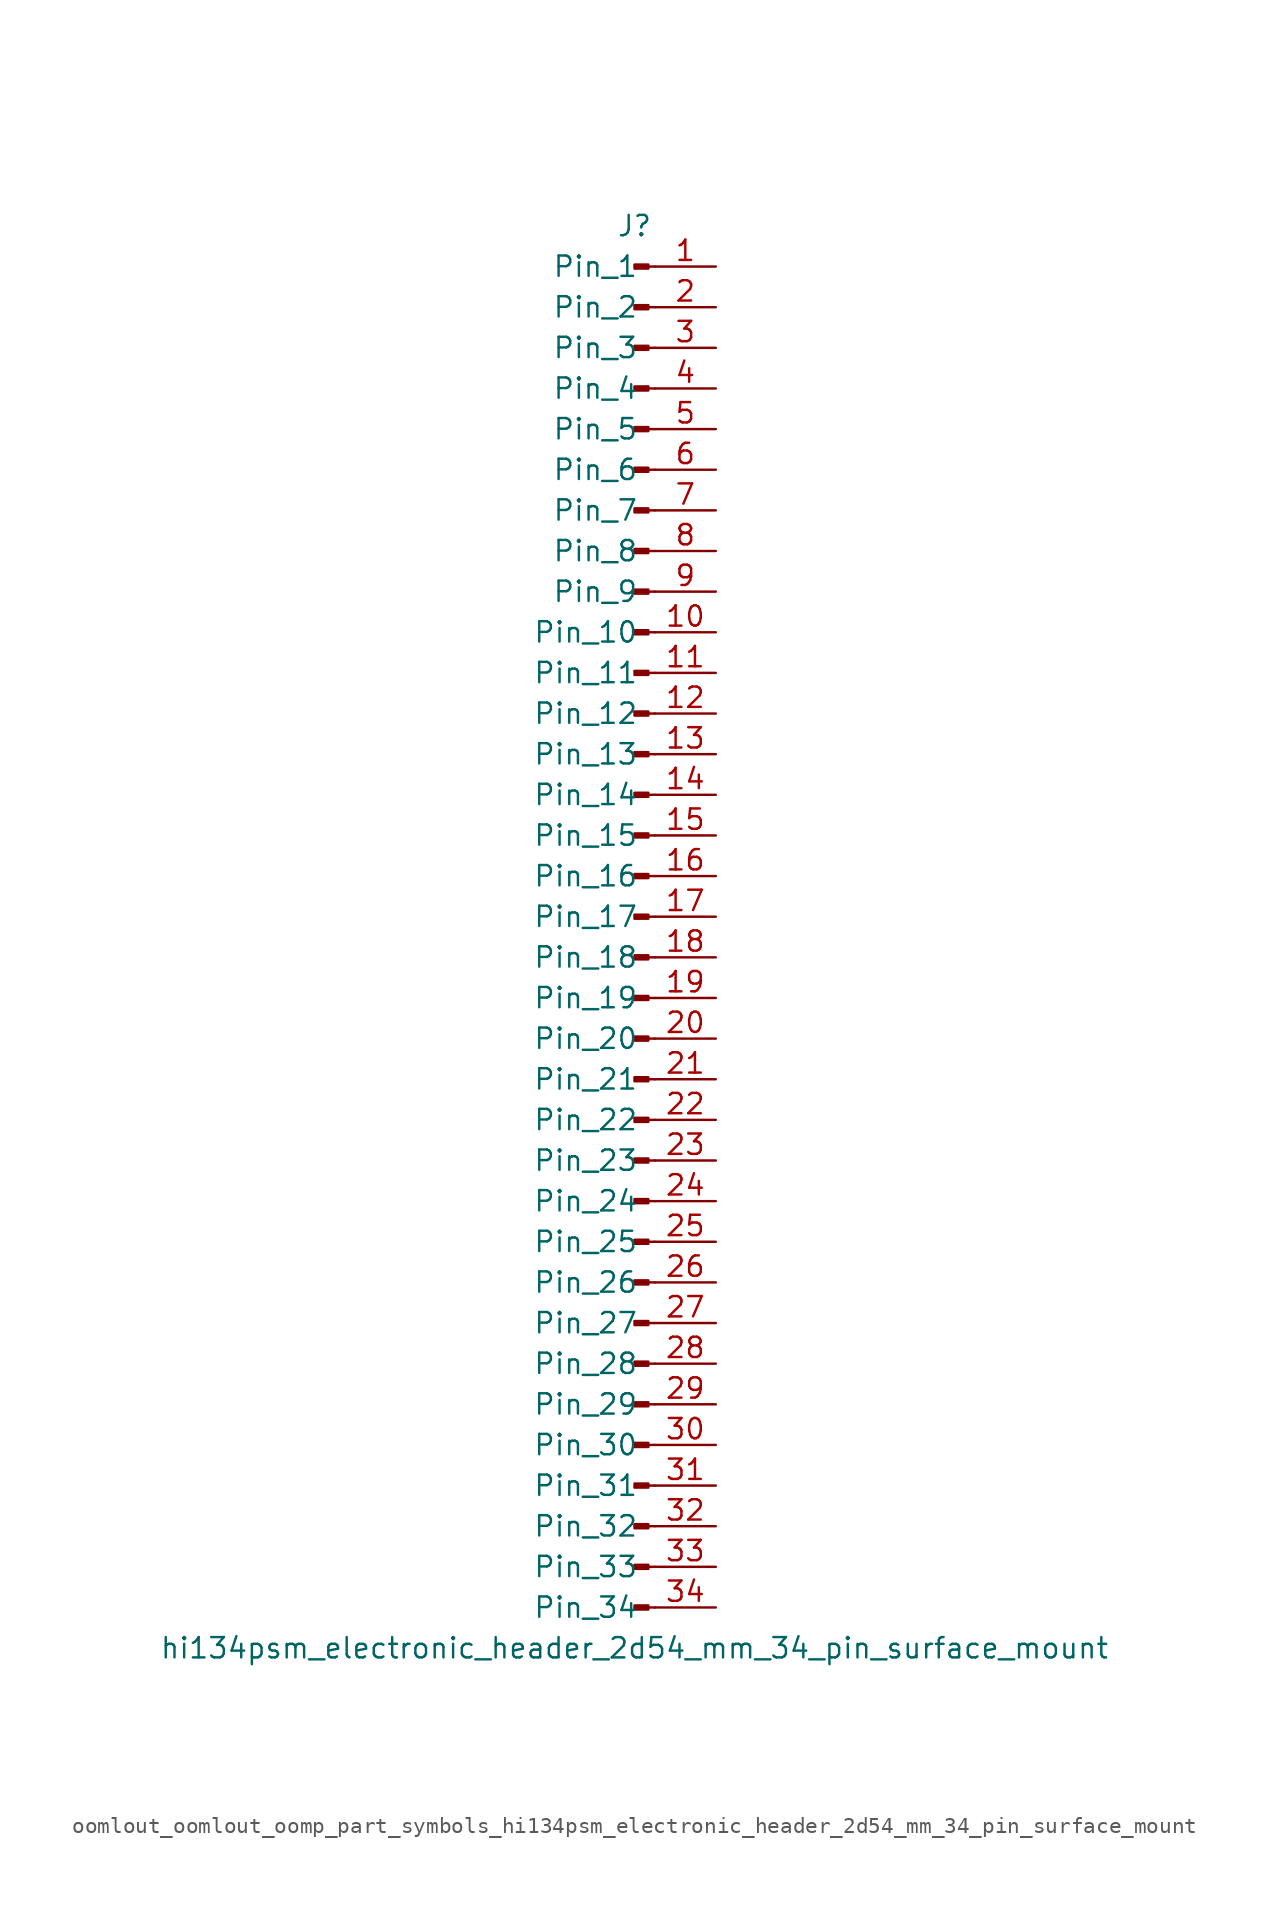
<source format=kicad_sym>
(kicad_symbol_lib
  (version 20220914)
  (generator kicad_symbol_editor)
  (symbol "oomlout_oomlout_oomp_part_symbols_hi134psm_electronic_header_2d54_mm_34_pin_surface_mount"
    (pin_names
      (offset 1.016))
    (property "Reference" "J"
      (at 0 43.18 0)
      (effects (font (size 1.27 1.27))))
    (property "Value" "hi134psm_electronic_header_2d54_mm_34_pin_surface_mount"
      (at 0 -45.72 0)
      (effects (font (size 1.27 1.27))))
    (property "ki_locked" ""
      (at 0 0 0)
      (effects (font (size 1.27 1.27))))
    (symbol "oomlout_oomlout_oomp_part_symbols_hi134psm_electronic_header_2d54_mm_34_pin_surface_mount_1_1"
      (polyline (pts (xy 1.27 -43.18) (xy 0.864 -43.18)) (stroke (width 0.152) (type default)) (fill (type none)))
      (polyline (pts (xy 1.27 -40.64) (xy 0.864 -40.64)) (stroke (width 0.152) (type default)) (fill (type none)))
      (polyline (pts (xy 1.27 -38.1) (xy 0.864 -38.1)) (stroke (width 0.152) (type default)) (fill (type none)))
      (polyline (pts (xy 1.27 -35.56) (xy 0.864 -35.56)) (stroke (width 0.152) (type default)) (fill (type none)))
      (polyline (pts (xy 1.27 -33.02) (xy 0.864 -33.02)) (stroke (width 0.152) (type default)) (fill (type none)))
      (polyline (pts (xy 1.27 -30.48) (xy 0.864 -30.48)) (stroke (width 0.152) (type default)) (fill (type none)))
      (polyline (pts (xy 1.27 -27.94) (xy 0.864 -27.94)) (stroke (width 0.152) (type default)) (fill (type none)))
      (polyline (pts (xy 1.27 -25.4) (xy 0.864 -25.4)) (stroke (width 0.152) (type default)) (fill (type none)))
      (polyline (pts (xy 1.27 -22.86) (xy 0.864 -22.86)) (stroke (width 0.152) (type default)) (fill (type none)))
      (polyline (pts (xy 1.27 -20.32) (xy 0.864 -20.32)) (stroke (width 0.152) (type default)) (fill (type none)))
      (polyline (pts (xy 1.27 -17.78) (xy 0.864 -17.78)) (stroke (width 0.152) (type default)) (fill (type none)))
      (polyline (pts (xy 1.27 -15.24) (xy 0.864 -15.24)) (stroke (width 0.152) (type default)) (fill (type none)))
      (polyline (pts (xy 1.27 -12.7) (xy 0.864 -12.7)) (stroke (width 0.152) (type default)) (fill (type none)))
      (polyline (pts (xy 1.27 -10.16) (xy 0.864 -10.16)) (stroke (width 0.152) (type default)) (fill (type none)))
      (polyline (pts (xy 1.27 -7.62) (xy 0.864 -7.62)) (stroke (width 0.152) (type default)) (fill (type none)))
      (polyline (pts (xy 1.27 -5.08) (xy 0.864 -5.08)) (stroke (width 0.152) (type default)) (fill (type none)))
      (polyline (pts (xy 1.27 -2.54) (xy 0.864 -2.54)) (stroke (width 0.152) (type default)) (fill (type none)))
      (polyline (pts (xy 1.27 0) (xy 0.864 0)) (stroke (width 0.152) (type default)) (fill (type none)))
      (polyline (pts (xy 1.27 2.54) (xy 0.864 2.54)) (stroke (width 0.152) (type default)) (fill (type none)))
      (polyline (pts (xy 1.27 5.08) (xy 0.864 5.08)) (stroke (width 0.152) (type default)) (fill (type none)))
      (polyline (pts (xy 1.27 7.62) (xy 0.864 7.62)) (stroke (width 0.152) (type default)) (fill (type none)))
      (polyline (pts (xy 1.27 10.16) (xy 0.864 10.16)) (stroke (width 0.152) (type default)) (fill (type none)))
      (polyline (pts (xy 1.27 12.7) (xy 0.864 12.7)) (stroke (width 0.152) (type default)) (fill (type none)))
      (polyline (pts (xy 1.27 15.24) (xy 0.864 15.24)) (stroke (width 0.152) (type default)) (fill (type none)))
      (polyline (pts (xy 1.27 17.78) (xy 0.864 17.78)) (stroke (width 0.152) (type default)) (fill (type none)))
      (polyline (pts (xy 1.27 20.32) (xy 0.864 20.32)) (stroke (width 0.152) (type default)) (fill (type none)))
      (polyline (pts (xy 1.27 22.86) (xy 0.864 22.86)) (stroke (width 0.152) (type default)) (fill (type none)))
      (polyline (pts (xy 1.27 25.4) (xy 0.864 25.4)) (stroke (width 0.152) (type default)) (fill (type none)))
      (polyline (pts (xy 1.27 27.94) (xy 0.864 27.94)) (stroke (width 0.152) (type default)) (fill (type none)))
      (polyline (pts (xy 1.27 30.48) (xy 0.864 30.48)) (stroke (width 0.152) (type default)) (fill (type none)))
      (polyline (pts (xy 1.27 33.02) (xy 0.864 33.02)) (stroke (width 0.152) (type default)) (fill (type none)))
      (polyline (pts (xy 1.27 35.56) (xy 0.864 35.56)) (stroke (width 0.152) (type default)) (fill (type none)))
      (polyline (pts (xy 1.27 38.1) (xy 0.864 38.1)) (stroke (width 0.152) (type default)) (fill (type none)))
      (polyline (pts (xy 1.27 40.64) (xy 0.864 40.64)) (stroke (width 0.152) (type default)) (fill (type none)))
      (rectangle (start 0.864 -43.053) (end 0 -43.307) (stroke (width 0.152) (type default)) (fill (type outline)))
      (rectangle (start 0.864 -40.513) (end 0 -40.767) (stroke (width 0.152) (type default)) (fill (type outline)))
      (rectangle (start 0.864 -37.973) (end 0 -38.227) (stroke (width 0.152) (type default)) (fill (type outline)))
      (rectangle (start 0.864 -35.433) (end 0 -35.687) (stroke (width 0.152) (type default)) (fill (type outline)))
      (rectangle (start 0.864 -32.893) (end 0 -33.147) (stroke (width 0.152) (type default)) (fill (type outline)))
      (rectangle (start 0.864 -30.353) (end 0 -30.607) (stroke (width 0.152) (type default)) (fill (type outline)))
      (rectangle (start 0.864 -27.813) (end 0 -28.067) (stroke (width 0.152) (type default)) (fill (type outline)))
      (rectangle (start 0.864 -25.273) (end 0 -25.527) (stroke (width 0.152) (type default)) (fill (type outline)))
      (rectangle (start 0.864 -22.733) (end 0 -22.987) (stroke (width 0.152) (type default)) (fill (type outline)))
      (rectangle (start 0.864 -20.193) (end 0 -20.447) (stroke (width 0.152) (type default)) (fill (type outline)))
      (rectangle (start 0.864 -17.653) (end 0 -17.907) (stroke (width 0.152) (type default)) (fill (type outline)))
      (rectangle (start 0.864 -15.113) (end 0 -15.367) (stroke (width 0.152) (type default)) (fill (type outline)))
      (rectangle (start 0.864 -12.573) (end 0 -12.827) (stroke (width 0.152) (type default)) (fill (type outline)))
      (rectangle (start 0.864 -10.033) (end 0 -10.287) (stroke (width 0.152) (type default)) (fill (type outline)))
      (rectangle (start 0.864 -7.493) (end 0 -7.747) (stroke (width 0.152) (type default)) (fill (type outline)))
      (rectangle (start 0.864 -4.953) (end 0 -5.207) (stroke (width 0.152) (type default)) (fill (type outline)))
      (rectangle (start 0.864 -2.413) (end 0 -2.667) (stroke (width 0.152) (type default)) (fill (type outline)))
      (rectangle (start 0.864 0.127) (end 0 -0.127) (stroke (width 0.152) (type default)) (fill (type outline)))
      (rectangle (start 0.864 2.667) (end 0 2.413) (stroke (width 0.152) (type default)) (fill (type outline)))
      (rectangle (start 0.864 5.207) (end 0 4.953) (stroke (width 0.152) (type default)) (fill (type outline)))
      (rectangle (start 0.864 7.747) (end 0 7.493) (stroke (width 0.152) (type default)) (fill (type outline)))
      (rectangle (start 0.864 10.287) (end 0 10.033) (stroke (width 0.152) (type default)) (fill (type outline)))
      (rectangle (start 0.864 12.827) (end 0 12.573) (stroke (width 0.152) (type default)) (fill (type outline)))
      (rectangle (start 0.864 15.367) (end 0 15.113) (stroke (width 0.152) (type default)) (fill (type outline)))
      (rectangle (start 0.864 17.907) (end 0 17.653) (stroke (width 0.152) (type default)) (fill (type outline)))
      (rectangle (start 0.864 20.447) (end 0 20.193) (stroke (width 0.152) (type default)) (fill (type outline)))
      (rectangle (start 0.864 22.987) (end 0 22.733) (stroke (width 0.152) (type default)) (fill (type outline)))
      (rectangle (start 0.864 25.527) (end 0 25.273) (stroke (width 0.152) (type default)) (fill (type outline)))
      (rectangle (start 0.864 28.067) (end 0 27.813) (stroke (width 0.152) (type default)) (fill (type outline)))
      (rectangle (start 0.864 30.607) (end 0 30.353) (stroke (width 0.152) (type default)) (fill (type outline)))
      (rectangle (start 0.864 33.147) (end 0 32.893) (stroke (width 0.152) (type default)) (fill (type outline)))
      (rectangle (start 0.864 35.687) (end 0 35.433) (stroke (width 0.152) (type default)) (fill (type outline)))
      (rectangle (start 0.864 38.227) (end 0 37.973) (stroke (width 0.152) (type default)) (fill (type outline)))
      (rectangle (start 0.864 40.767) (end 0 40.513) (stroke (width 0.152) (type default)) (fill (type outline)))
      (pin passive line (at 5.08 40.64 180) (length 3.81) (name "Pin_1" (effects (font (size 1.27 1.27)))) (number "1" (effects (font (size 1.27 1.27)))))
      (pin passive line (at 5.08 17.78 180) (length 3.81) (name "Pin_10" (effects (font (size 1.27 1.27)))) (number "10" (effects (font (size 1.27 1.27)))))
      (pin passive line (at 5.08 15.24 180) (length 3.81) (name "Pin_11" (effects (font (size 1.27 1.27)))) (number "11" (effects (font (size 1.27 1.27)))))
      (pin passive line (at 5.08 12.7 180) (length 3.81) (name "Pin_12" (effects (font (size 1.27 1.27)))) (number "12" (effects (font (size 1.27 1.27)))))
      (pin passive line (at 5.08 10.16 180) (length 3.81) (name "Pin_13" (effects (font (size 1.27 1.27)))) (number "13" (effects (font (size 1.27 1.27)))))
      (pin passive line (at 5.08 7.62 180) (length 3.81) (name "Pin_14" (effects (font (size 1.27 1.27)))) (number "14" (effects (font (size 1.27 1.27)))))
      (pin passive line (at 5.08 5.08 180) (length 3.81) (name "Pin_15" (effects (font (size 1.27 1.27)))) (number "15" (effects (font (size 1.27 1.27)))))
      (pin passive line (at 5.08 2.54 180) (length 3.81) (name "Pin_16" (effects (font (size 1.27 1.27)))) (number "16" (effects (font (size 1.27 1.27)))))
      (pin passive line (at 5.08 0 180) (length 3.81) (name "Pin_17" (effects (font (size 1.27 1.27)))) (number "17" (effects (font (size 1.27 1.27)))))
      (pin passive line (at 5.08 -2.54 180) (length 3.81) (name "Pin_18" (effects (font (size 1.27 1.27)))) (number "18" (effects (font (size 1.27 1.27)))))
      (pin passive line (at 5.08 -5.08 180) (length 3.81) (name "Pin_19" (effects (font (size 1.27 1.27)))) (number "19" (effects (font (size 1.27 1.27)))))
      (pin passive line (at 5.08 38.1 180) (length 3.81) (name "Pin_2" (effects (font (size 1.27 1.27)))) (number "2" (effects (font (size 1.27 1.27)))))
      (pin passive line (at 5.08 -7.62 180) (length 3.81) (name "Pin_20" (effects (font (size 1.27 1.27)))) (number "20" (effects (font (size 1.27 1.27)))))
      (pin passive line (at 5.08 -10.16 180) (length 3.81) (name "Pin_21" (effects (font (size 1.27 1.27)))) (number "21" (effects (font (size 1.27 1.27)))))
      (pin passive line (at 5.08 -12.7 180) (length 3.81) (name "Pin_22" (effects (font (size 1.27 1.27)))) (number "22" (effects (font (size 1.27 1.27)))))
      (pin passive line (at 5.08 -15.24 180) (length 3.81) (name "Pin_23" (effects (font (size 1.27 1.27)))) (number "23" (effects (font (size 1.27 1.27)))))
      (pin passive line (at 5.08 -17.78 180) (length 3.81) (name "Pin_24" (effects (font (size 1.27 1.27)))) (number "24" (effects (font (size 1.27 1.27)))))
      (pin passive line (at 5.08 -20.32 180) (length 3.81) (name "Pin_25" (effects (font (size 1.27 1.27)))) (number "25" (effects (font (size 1.27 1.27)))))
      (pin passive line (at 5.08 -22.86 180) (length 3.81) (name "Pin_26" (effects (font (size 1.27 1.27)))) (number "26" (effects (font (size 1.27 1.27)))))
      (pin passive line (at 5.08 -25.4 180) (length 3.81) (name "Pin_27" (effects (font (size 1.27 1.27)))) (number "27" (effects (font (size 1.27 1.27)))))
      (pin passive line (at 5.08 -27.94 180) (length 3.81) (name "Pin_28" (effects (font (size 1.27 1.27)))) (number "28" (effects (font (size 1.27 1.27)))))
      (pin passive line (at 5.08 -30.48 180) (length 3.81) (name "Pin_29" (effects (font (size 1.27 1.27)))) (number "29" (effects (font (size 1.27 1.27)))))
      (pin passive line (at 5.08 35.56 180) (length 3.81) (name "Pin_3" (effects (font (size 1.27 1.27)))) (number "3" (effects (font (size 1.27 1.27)))))
      (pin passive line (at 5.08 -33.02 180) (length 3.81) (name "Pin_30" (effects (font (size 1.27 1.27)))) (number "30" (effects (font (size 1.27 1.27)))))
      (pin passive line (at 5.08 -35.56 180) (length 3.81) (name "Pin_31" (effects (font (size 1.27 1.27)))) (number "31" (effects (font (size 1.27 1.27)))))
      (pin passive line (at 5.08 -38.1 180) (length 3.81) (name "Pin_32" (effects (font (size 1.27 1.27)))) (number "32" (effects (font (size 1.27 1.27)))))
      (pin passive line (at 5.08 -40.64 180) (length 3.81) (name "Pin_33" (effects (font (size 1.27 1.27)))) (number "33" (effects (font (size 1.27 1.27)))))
      (pin passive line (at 5.08 -43.18 180) (length 3.81) (name "Pin_34" (effects (font (size 1.27 1.27)))) (number "34" (effects (font (size 1.27 1.27)))))
      (pin passive line (at 5.08 33.02 180) (length 3.81) (name "Pin_4" (effects (font (size 1.27 1.27)))) (number "4" (effects (font (size 1.27 1.27)))))
      (pin passive line (at 5.08 30.48 180) (length 3.81) (name "Pin_5" (effects (font (size 1.27 1.27)))) (number "5" (effects (font (size 1.27 1.27)))))
      (pin passive line (at 5.08 27.94 180) (length 3.81) (name "Pin_6" (effects (font (size 1.27 1.27)))) (number "6" (effects (font (size 1.27 1.27)))))
      (pin passive line (at 5.08 25.4 180) (length 3.81) (name "Pin_7" (effects (font (size 1.27 1.27)))) (number "7" (effects (font (size 1.27 1.27)))))
      (pin passive line (at 5.08 22.86 180) (length 3.81) (name "Pin_8" (effects (font (size 1.27 1.27)))) (number "8" (effects (font (size 1.27 1.27)))))
      (pin passive line (at 5.08 20.32 180) (length 3.81) (name "Pin_9" (effects (font (size 1.27 1.27)))) (number "9" (effects (font (size 1.27 1.27))))))))
</source>
